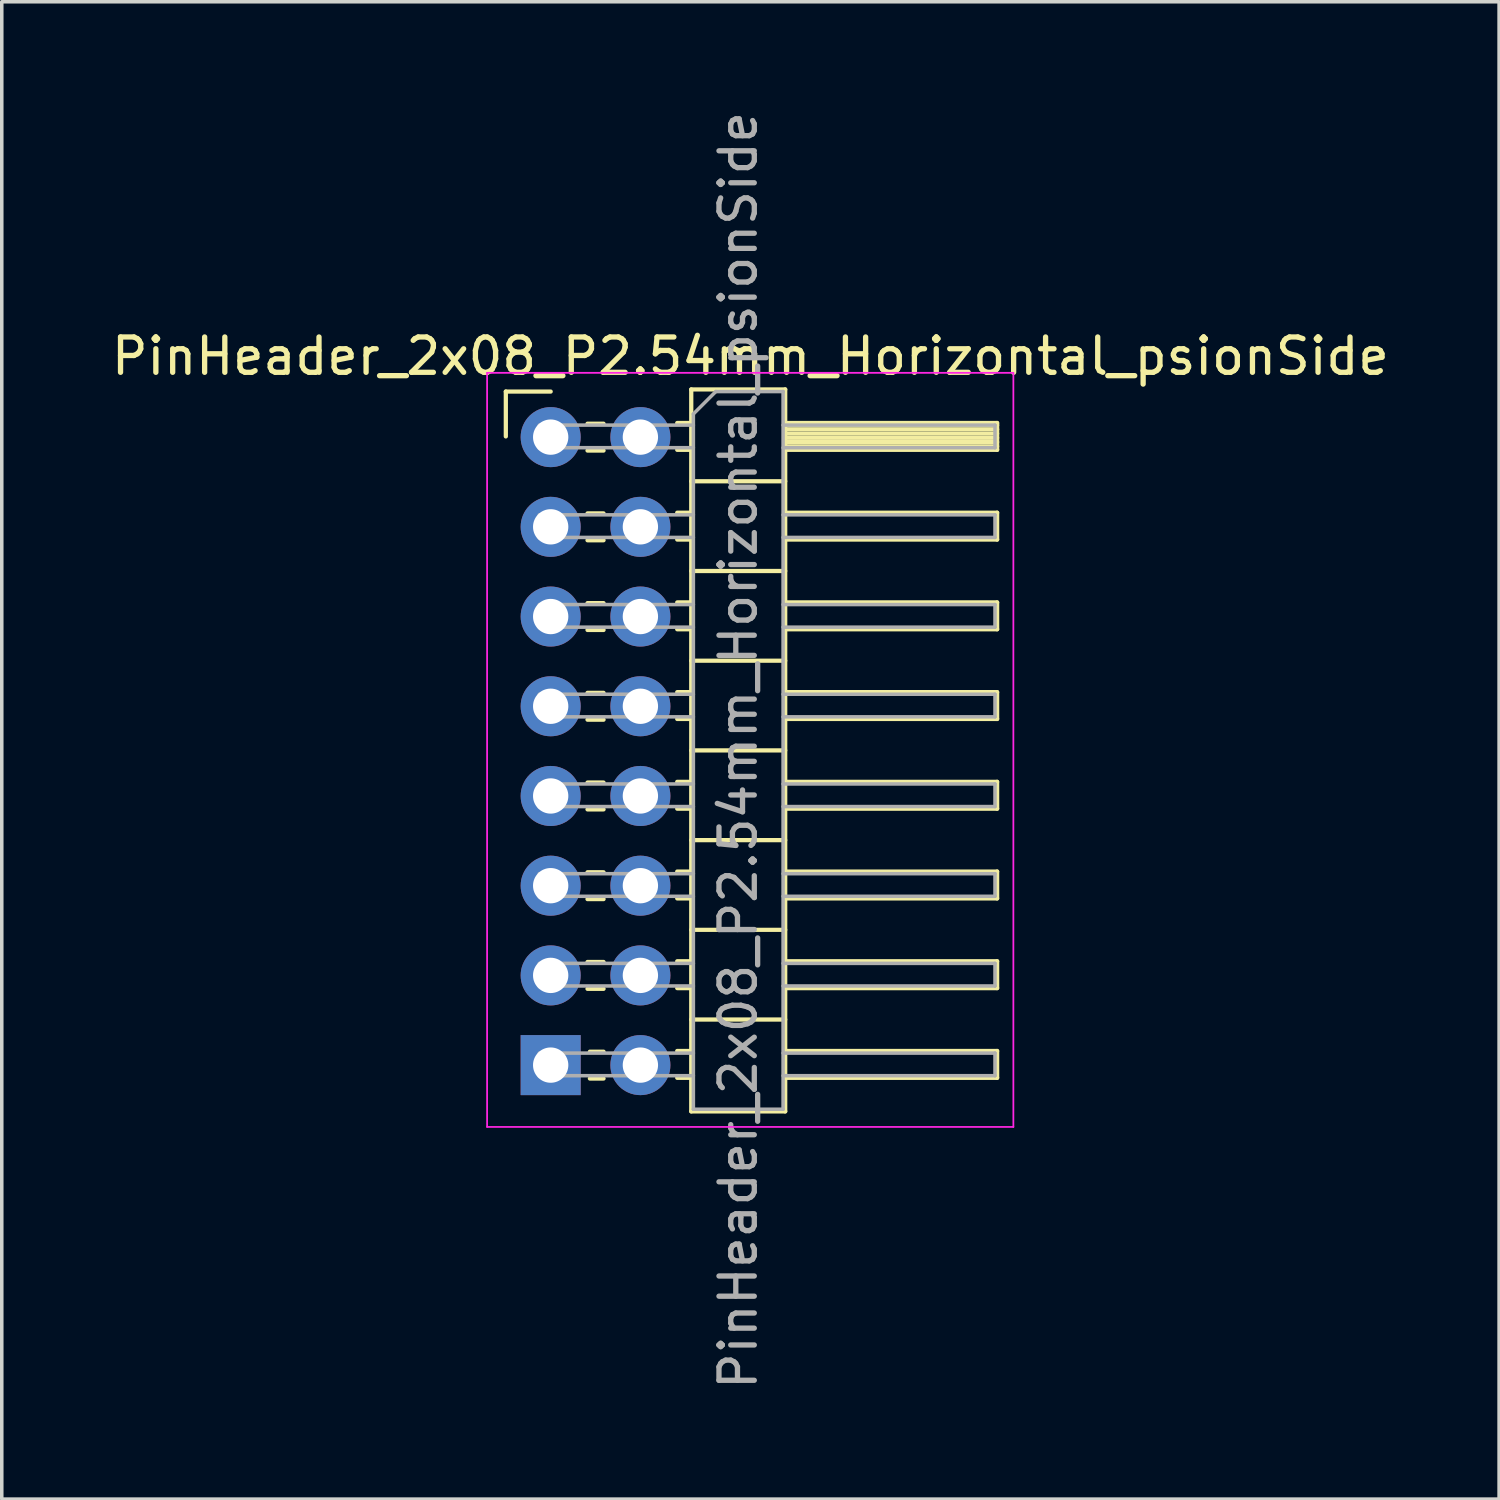
<source format=kicad_pcb>
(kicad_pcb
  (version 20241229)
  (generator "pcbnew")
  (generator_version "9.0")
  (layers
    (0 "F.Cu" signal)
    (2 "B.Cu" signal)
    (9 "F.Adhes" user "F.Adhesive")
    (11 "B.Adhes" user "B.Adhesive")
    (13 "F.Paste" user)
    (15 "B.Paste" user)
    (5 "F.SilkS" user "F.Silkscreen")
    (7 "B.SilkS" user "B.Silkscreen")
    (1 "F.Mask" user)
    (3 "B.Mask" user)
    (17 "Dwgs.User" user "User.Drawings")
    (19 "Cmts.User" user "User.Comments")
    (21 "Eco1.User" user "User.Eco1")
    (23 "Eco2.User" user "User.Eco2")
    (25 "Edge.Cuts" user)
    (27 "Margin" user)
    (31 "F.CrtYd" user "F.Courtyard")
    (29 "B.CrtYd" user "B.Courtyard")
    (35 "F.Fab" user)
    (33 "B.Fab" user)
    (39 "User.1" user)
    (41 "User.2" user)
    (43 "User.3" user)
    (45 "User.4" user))
  (footprint "PinHeader_2x08_P2.54mm_Horizontal_psionSide"
    (layer "F.Cu")
    (at 12.541 9.306)
    (property "Reference" "PinHeader_2x08_P2.54mm_Horizontal_psionSide" (at 5.655 -2.27 0) (layer "F.SilkS") (effects (font (size 1 1) (thickness 0.15))))
    (attr through_hole)
    (fp_line (start -1.27 -1.27) (end 0 -1.27) (stroke (width 0.12) (type solid)) (layer "F.SilkS"))
    (fp_line (start -1.27 0) (end -1.27 -1.27) (stroke (width 0.12) (type solid)) (layer "F.SilkS"))
    (fp_line (start 1.043 -0.36) (end 1.497 -0.36) (stroke (width 0.12) (type solid)) (layer "F.SilkS"))
    (fp_line (start 1.043 0.4) (end 1.497 0.4) (stroke (width 0.12) (type solid)) (layer "F.SilkS"))
    (fp_line (start 1.043 2.18) (end 1.497 2.18) (stroke (width 0.12) (type solid)) (layer "F.SilkS"))
    (fp_line (start 1.043 2.94) (end 1.497 2.94) (stroke (width 0.12) (type solid)) (layer "F.SilkS"))
    (fp_line (start 1.043 4.72) (end 1.497 4.72) (stroke (width 0.12) (type solid)) (layer "F.SilkS"))
    (fp_line (start 1.043 5.48) (end 1.497 5.48) (stroke (width 0.12) (type solid)) (layer "F.SilkS"))
    (fp_line (start 1.043 7.26) (end 1.497 7.26) (stroke (width 0.12) (type solid)) (layer "F.SilkS"))
    (fp_line (start 1.043 8.02) (end 1.497 8.02) (stroke (width 0.12) (type solid)) (layer "F.SilkS"))
    (fp_line (start 1.043 9.8) (end 1.497 9.8) (stroke (width 0.12) (type solid)) (layer "F.SilkS"))
    (fp_line (start 1.043 10.56) (end 1.497 10.56) (stroke (width 0.12) (type solid)) (layer "F.SilkS"))
    (fp_line (start 1.043 12.34) (end 1.497 12.34) (stroke (width 0.12) (type solid)) (layer "F.SilkS"))
    (fp_line (start 1.043 13.1) (end 1.497 13.1) (stroke (width 0.12) (type solid)) (layer "F.SilkS"))
    (fp_line (start 1.043 14.88) (end 1.497 14.88) (stroke (width 0.12) (type solid)) (layer "F.SilkS"))
    (fp_line (start 1.043 15.64) (end 1.497 15.64) (stroke (width 0.12) (type solid)) (layer "F.SilkS"))
    (fp_line (start 1.11 17.42) (end 1.497 17.42) (stroke (width 0.12) (type solid)) (layer "F.SilkS"))
    (fp_line (start 1.11 18.18) (end 1.497 18.18) (stroke (width 0.12) (type solid)) (layer "F.SilkS"))
    (fp_line (start 3.583 -0.38) (end 3.98 -0.38) (stroke (width 0.12) (type solid)) (layer "F.SilkS"))
    (fp_line (start 3.583 0.38) (end 3.98 0.38) (stroke (width 0.12) (type solid)) (layer "F.SilkS"))
    (fp_line (start 3.583 2.16) (end 3.98 2.16) (stroke (width 0.12) (type solid)) (layer "F.SilkS"))
    (fp_line (start 3.583 2.92) (end 3.98 2.92) (stroke (width 0.12) (type solid)) (layer "F.SilkS"))
    (fp_line (start 3.583 4.7) (end 3.98 4.7) (stroke (width 0.12) (type solid)) (layer "F.SilkS"))
    (fp_line (start 3.583 5.46) (end 3.98 5.46) (stroke (width 0.12) (type solid)) (layer "F.SilkS"))
    (fp_line (start 3.583 7.24) (end 3.98 7.24) (stroke (width 0.12) (type solid)) (layer "F.SilkS"))
    (fp_line (start 3.583 8) (end 3.98 8) (stroke (width 0.12) (type solid)) (layer "F.SilkS"))
    (fp_line (start 3.583 9.78) (end 3.98 9.78) (stroke (width 0.12) (type solid)) (layer "F.SilkS"))
    (fp_line (start 3.583 10.54) (end 3.98 10.54) (stroke (width 0.12) (type solid)) (layer "F.SilkS"))
    (fp_line (start 3.583 12.32) (end 3.98 12.32) (stroke (width 0.12) (type solid)) (layer "F.SilkS"))
    (fp_line (start 3.583 13.08) (end 3.98 13.08) (stroke (width 0.12) (type solid)) (layer "F.SilkS"))
    (fp_line (start 3.583 14.86) (end 3.98 14.86) (stroke (width 0.12) (type solid)) (layer "F.SilkS"))
    (fp_line (start 3.583 15.62) (end 3.98 15.62) (stroke (width 0.12) (type solid)) (layer "F.SilkS"))
    (fp_line (start 3.583 17.4) (end 3.98 17.4) (stroke (width 0.12) (type solid)) (layer "F.SilkS"))
    (fp_line (start 3.583 18.16) (end 3.98 18.16) (stroke (width 0.12) (type solid)) (layer "F.SilkS"))
    (fp_line (start 3.98 -1.33) (end 3.98 19.11) (stroke (width 0.12) (type solid)) (layer "F.SilkS"))
    (fp_line (start 3.98 1.27) (end 6.64 1.27) (stroke (width 0.12) (type solid)) (layer "F.SilkS"))
    (fp_line (start 3.98 3.81) (end 6.64 3.81) (stroke (width 0.12) (type solid)) (layer "F.SilkS"))
    (fp_line (start 3.98 6.35) (end 6.64 6.35) (stroke (width 0.12) (type solid)) (layer "F.SilkS"))
    (fp_line (start 3.98 8.89) (end 6.64 8.89) (stroke (width 0.12) (type solid)) (layer "F.SilkS"))
    (fp_line (start 3.98 11.43) (end 6.64 11.43) (stroke (width 0.12) (type solid)) (layer "F.SilkS"))
    (fp_line (start 3.98 13.97) (end 6.64 13.97) (stroke (width 0.12) (type solid)) (layer "F.SilkS"))
    (fp_line (start 3.98 16.51) (end 6.64 16.51) (stroke (width 0.12) (type solid)) (layer "F.SilkS"))
    (fp_line (start 3.98 19.11) (end 6.64 19.11) (stroke (width 0.12) (type solid)) (layer "F.SilkS"))
    (fp_line (start 6.64 -1.33) (end 3.98 -1.33) (stroke (width 0.12) (type solid)) (layer "F.SilkS"))
    (fp_line (start 6.64 -0.38) (end 12.64 -0.38) (stroke (width 0.12) (type solid)) (layer "F.SilkS"))
    (fp_line (start 6.64 -0.32) (end 12.64 -0.32) (stroke (width 0.12) (type solid)) (layer "F.SilkS"))
    (fp_line (start 6.64 -0.2) (end 12.64 -0.2) (stroke (width 0.12) (type solid)) (layer "F.SilkS"))
    (fp_line (start 6.64 -0.08) (end 12.64 -0.08) (stroke (width 0.12) (type solid)) (layer "F.SilkS"))
    (fp_line (start 6.64 0.04) (end 12.64 0.04) (stroke (width 0.12) (type solid)) (layer "F.SilkS"))
    (fp_line (start 6.64 0.16) (end 12.64 0.16) (stroke (width 0.12) (type solid)) (layer "F.SilkS"))
    (fp_line (start 6.64 0.28) (end 12.64 0.28) (stroke (width 0.12) (type solid)) (layer "F.SilkS"))
    (fp_line (start 6.64 2.16) (end 12.64 2.16) (stroke (width 0.12) (type solid)) (layer "F.SilkS"))
    (fp_line (start 6.64 4.7) (end 12.64 4.7) (stroke (width 0.12) (type solid)) (layer "F.SilkS"))
    (fp_line (start 6.64 7.24) (end 12.64 7.24) (stroke (width 0.12) (type solid)) (layer "F.SilkS"))
    (fp_line (start 6.64 9.78) (end 12.64 9.78) (stroke (width 0.12) (type solid)) (layer "F.SilkS"))
    (fp_line (start 6.64 12.32) (end 12.64 12.32) (stroke (width 0.12) (type solid)) (layer "F.SilkS"))
    (fp_line (start 6.64 14.86) (end 12.64 14.86) (stroke (width 0.12) (type solid)) (layer "F.SilkS"))
    (fp_line (start 6.64 17.4) (end 12.64 17.4) (stroke (width 0.12) (type solid)) (layer "F.SilkS"))
    (fp_line (start 6.64 19.11) (end 6.64 -1.33) (stroke (width 0.12) (type solid)) (layer "F.SilkS"))
    (fp_line (start 12.64 -0.38) (end 12.64 0.38) (stroke (width 0.12) (type solid)) (layer "F.SilkS"))
    (fp_line (start 12.64 0.38) (end 6.64 0.38) (stroke (width 0.12) (type solid)) (layer "F.SilkS"))
    (fp_line (start 12.64 2.16) (end 12.64 2.92) (stroke (width 0.12) (type solid)) (layer "F.SilkS"))
    (fp_line (start 12.64 2.92) (end 6.64 2.92) (stroke (width 0.12) (type solid)) (layer "F.SilkS"))
    (fp_line (start 12.64 4.7) (end 12.64 5.46) (stroke (width 0.12) (type solid)) (layer "F.SilkS"))
    (fp_line (start 12.64 5.46) (end 6.64 5.46) (stroke (width 0.12) (type solid)) (layer "F.SilkS"))
    (fp_line (start 12.64 7.24) (end 12.64 8) (stroke (width 0.12) (type solid)) (layer "F.SilkS"))
    (fp_line (start 12.64 8) (end 6.64 8) (stroke (width 0.12) (type solid)) (layer "F.SilkS"))
    (fp_line (start 12.64 9.78) (end 12.64 10.54) (stroke (width 0.12) (type solid)) (layer "F.SilkS"))
    (fp_line (start 12.64 10.54) (end 6.64 10.54) (stroke (width 0.12) (type solid)) (layer "F.SilkS"))
    (fp_line (start 12.64 12.32) (end 12.64 13.08) (stroke (width 0.12) (type solid)) (layer "F.SilkS"))
    (fp_line (start 12.64 13.08) (end 6.64 13.08) (stroke (width 0.12) (type solid)) (layer "F.SilkS"))
    (fp_line (start 12.64 14.86) (end 12.64 15.62) (stroke (width 0.12) (type solid)) (layer "F.SilkS"))
    (fp_line (start 12.64 15.62) (end 6.64 15.62) (stroke (width 0.12) (type solid)) (layer "F.SilkS"))
    (fp_line (start 12.64 17.4) (end 12.64 18.16) (stroke (width 0.12) (type solid)) (layer "F.SilkS"))
    (fp_line (start 12.64 18.16) (end 6.64 18.16) (stroke (width 0.12) (type solid)) (layer "F.SilkS"))
    (fp_line (start -1.8 -1.8) (end -1.8 19.55) (stroke (width 0.05) (type solid)) (layer "F.CrtYd"))
    (fp_line (start -1.8 19.55) (end 13.1 19.55) (stroke (width 0.05) (type solid)) (layer "F.CrtYd"))
    (fp_line (start 13.1 -1.8) (end -1.8 -1.8) (stroke (width 0.05) (type solid)) (layer "F.CrtYd"))
    (fp_line (start 13.1 19.55) (end 13.1 -1.8) (stroke (width 0.05) (type solid)) (layer "F.CrtYd"))
    (fp_line (start -0.32 -0.32) (end 4.04 -0.32) (stroke (width 0.1) (type solid)) (layer "F.Fab"))
    (fp_line (start -0.32 0.32) (end 4.04 0.32) (stroke (width 0.1) (type solid)) (layer "F.Fab"))
    (fp_line (start -0.32 0.34) (end -0.32 -0.3) (stroke (width 0.1) (type solid)) (layer "F.Fab"))
    (fp_line (start -0.32 2.22) (end 4.04 2.22) (stroke (width 0.1) (type solid)) (layer "F.Fab"))
    (fp_line (start -0.32 2.86) (end 4.04 2.86) (stroke (width 0.1) (type solid)) (layer "F.Fab"))
    (fp_line (start -0.32 2.88) (end -0.32 2.24) (stroke (width 0.1) (type solid)) (layer "F.Fab"))
    (fp_line (start -0.32 4.76) (end 4.04 4.76) (stroke (width 0.1) (type solid)) (layer "F.Fab"))
    (fp_line (start -0.32 5.4) (end 4.04 5.4) (stroke (width 0.1) (type solid)) (layer "F.Fab"))
    (fp_line (start -0.32 5.42) (end -0.32 4.78) (stroke (width 0.1) (type solid)) (layer "F.Fab"))
    (fp_line (start -0.32 7.3) (end 4.04 7.3) (stroke (width 0.1) (type solid)) (layer "F.Fab"))
    (fp_line (start -0.32 7.94) (end 4.04 7.94) (stroke (width 0.1) (type solid)) (layer "F.Fab"))
    (fp_line (start -0.32 7.96) (end -0.32 7.32) (stroke (width 0.1) (type solid)) (layer "F.Fab"))
    (fp_line (start -0.32 9.84) (end 4.04 9.84) (stroke (width 0.1) (type solid)) (layer "F.Fab"))
    (fp_line (start -0.32 10.48) (end 4.04 10.48) (stroke (width 0.1) (type solid)) (layer "F.Fab"))
    (fp_line (start -0.32 10.5) (end -0.32 9.86) (stroke (width 0.1) (type solid)) (layer "F.Fab"))
    (fp_line (start -0.32 12.38) (end 4.04 12.38) (stroke (width 0.1) (type solid)) (layer "F.Fab"))
    (fp_line (start -0.32 13.02) (end 4.04 13.02) (stroke (width 0.1) (type solid)) (layer "F.Fab"))
    (fp_line (start -0.32 13.04) (end -0.32 12.4) (stroke (width 0.1) (type solid)) (layer "F.Fab"))
    (fp_line (start -0.32 14.92) (end 4.04 14.92) (stroke (width 0.1) (type solid)) (layer "F.Fab"))
    (fp_line (start -0.32 15.56) (end 4.04 15.56) (stroke (width 0.1) (type solid)) (layer "F.Fab"))
    (fp_line (start -0.32 15.58) (end -0.32 14.94) (stroke (width 0.1) (type solid)) (layer "F.Fab"))
    (fp_line (start -0.32 17.46) (end 4.04 17.46) (stroke (width 0.1) (type solid)) (layer "F.Fab"))
    (fp_line (start -0.32 18.1) (end 4.04 18.1) (stroke (width 0.1) (type solid)) (layer "F.Fab"))
    (fp_line (start -0.32 18.12) (end -0.32 17.48) (stroke (width 0.1) (type solid)) (layer "F.Fab"))
    (fp_line (start 4.04 -0.635) (end 4.675 -1.27) (stroke (width 0.1) (type solid)) (layer "F.Fab"))
    (fp_line (start 4.04 19.05) (end 4.04 -0.635) (stroke (width 0.1) (type solid)) (layer "F.Fab"))
    (fp_line (start 4.675 -1.27) (end 6.58 -1.27) (stroke (width 0.1) (type solid)) (layer "F.Fab"))
    (fp_line (start 6.58 -1.27) (end 6.58 19.05) (stroke (width 0.1) (type solid)) (layer "F.Fab"))
    (fp_line (start 6.58 -0.32) (end 12.58 -0.32) (stroke (width 0.1) (type solid)) (layer "F.Fab"))
    (fp_line (start 6.58 0.32) (end 12.58 0.32) (stroke (width 0.1) (type solid)) (layer "F.Fab"))
    (fp_line (start 6.58 2.22) (end 12.58 2.22) (stroke (width 0.1) (type solid)) (layer "F.Fab"))
    (fp_line (start 6.58 2.86) (end 12.58 2.86) (stroke (width 0.1) (type solid)) (layer "F.Fab"))
    (fp_line (start 6.58 4.76) (end 12.58 4.76) (stroke (width 0.1) (type solid)) (layer "F.Fab"))
    (fp_line (start 6.58 5.4) (end 12.58 5.4) (stroke (width 0.1) (type solid)) (layer "F.Fab"))
    (fp_line (start 6.58 7.3) (end 12.58 7.3) (stroke (width 0.1) (type solid)) (layer "F.Fab"))
    (fp_line (start 6.58 7.94) (end 12.58 7.94) (stroke (width 0.1) (type solid)) (layer "F.Fab"))
    (fp_line (start 6.58 9.84) (end 12.58 9.84) (stroke (width 0.1) (type solid)) (layer "F.Fab"))
    (fp_line (start 6.58 10.48) (end 12.58 10.48) (stroke (width 0.1) (type solid)) (layer "F.Fab"))
    (fp_line (start 6.58 12.38) (end 12.58 12.38) (stroke (width 0.1) (type solid)) (layer "F.Fab"))
    (fp_line (start 6.58 13.02) (end 12.58 13.02) (stroke (width 0.1) (type solid)) (layer "F.Fab"))
    (fp_line (start 6.58 14.92) (end 12.58 14.92) (stroke (width 0.1) (type solid)) (layer "F.Fab"))
    (fp_line (start 6.58 15.56) (end 12.58 15.56) (stroke (width 0.1) (type solid)) (layer "F.Fab"))
    (fp_line (start 6.58 17.46) (end 12.58 17.46) (stroke (width 0.1) (type solid)) (layer "F.Fab"))
    (fp_line (start 6.58 18.1) (end 12.58 18.1) (stroke (width 0.1) (type solid)) (layer "F.Fab"))
    (fp_line (start 6.58 19.05) (end 4.04 19.05) (stroke (width 0.1) (type solid)) (layer "F.Fab"))
    (fp_line (start 12.58 -0.32) (end 12.58 0.32) (stroke (width 0.1) (type solid)) (layer "F.Fab"))
    (fp_line (start 12.58 2.22) (end 12.58 2.86) (stroke (width 0.1) (type solid)) (layer "F.Fab"))
    (fp_line (start 12.58 4.76) (end 12.58 5.4) (stroke (width 0.1) (type solid)) (layer "F.Fab"))
    (fp_line (start 12.58 7.3) (end 12.58 7.94) (stroke (width 0.1) (type solid)) (layer "F.Fab"))
    (fp_line (start 12.58 9.84) (end 12.58 10.48) (stroke (width 0.1) (type solid)) (layer "F.Fab"))
    (fp_line (start 12.58 12.38) (end 12.58 13.02) (stroke (width 0.1) (type solid)) (layer "F.Fab"))
    (fp_line (start 12.58 14.92) (end 12.58 15.56) (stroke (width 0.1) (type solid)) (layer "F.Fab"))
    (fp_line (start 12.58 17.46) (end 12.58 18.1) (stroke (width 0.1) (type solid)) (layer "F.Fab"))
    (fp_text user "${REFERENCE}" (at 5.31 8.89 90) (layer "F.Fab") (effects (font (size 1 1) (thickness 0.15))))
    (pad "1" thru_hole rect (at 0 17.8 180) (size 1.7 1.7) (drill 1) (layers "*.Cu" "*.Mask"))
    (pad "2" thru_hole oval (at 2.54 17.8 180) (size 1.7 1.7) (drill 1) (layers "*.Cu" "*.Mask"))
    (pad "3" thru_hole oval (at 0 15.26 180) (size 1.7 1.7) (drill 1) (layers "*.Cu" "*.Mask"))
    (pad "4" thru_hole oval (at 2.54 15.26 180) (size 1.7 1.7) (drill 1) (layers "*.Cu" "*.Mask"))
    (pad "5" thru_hole oval (at 0 12.72 180) (size 1.7 1.7) (drill 1) (layers "*.Cu" "*.Mask"))
    (pad "6" thru_hole oval (at 2.54 12.72 180) (size 1.7 1.7) (drill 1) (layers "*.Cu" "*.Mask"))
    (pad "7" thru_hole oval (at 0 10.18 180) (size 1.7 1.7) (drill 1) (layers "*.Cu" "*.Mask"))
    (pad "8" thru_hole oval (at 2.54 10.18 180) (size 1.7 1.7) (drill 1) (layers "*.Cu" "*.Mask"))
    (pad "9" thru_hole oval (at 0 7.64 180) (size 1.7 1.7) (drill 1) (layers "*.Cu" "*.Mask"))
    (pad "10" thru_hole oval (at 2.54 7.64 180) (size 1.7 1.7) (drill 1) (layers "*.Cu" "*.Mask"))
    (pad "11" thru_hole oval (at 0 5.1 180) (size 1.7 1.7) (drill 1) (layers "*.Cu" "*.Mask"))
    (pad "12" thru_hole oval (at 2.54 5.1 180) (size 1.7 1.7) (drill 1) (layers "*.Cu" "*.Mask"))
    (pad "13" thru_hole oval (at 0 2.56 180) (size 1.7 1.7) (drill 1) (layers "*.Cu" "*.Mask"))
    (pad "14" thru_hole oval (at 2.54 2.56 180) (size 1.7 1.7) (drill 1) (layers "*.Cu" "*.Mask"))
    (pad "15" thru_hole oval (at 0 0.02 180) (size 1.7 1.7) (drill 1) (layers "*.Cu" "*.Mask"))
    (pad "16" thru_hole oval (at 2.54 0.02 180) (size 1.7 1.7) (drill 1) (layers "*.Cu" "*.Mask")))
  (gr_rect
    (start -3 -3)
    (end 39.393 39.393)
    (stroke (width 0.1) (type default))
    (fill no)
    (layer "Edge.Cuts")))
</source>
